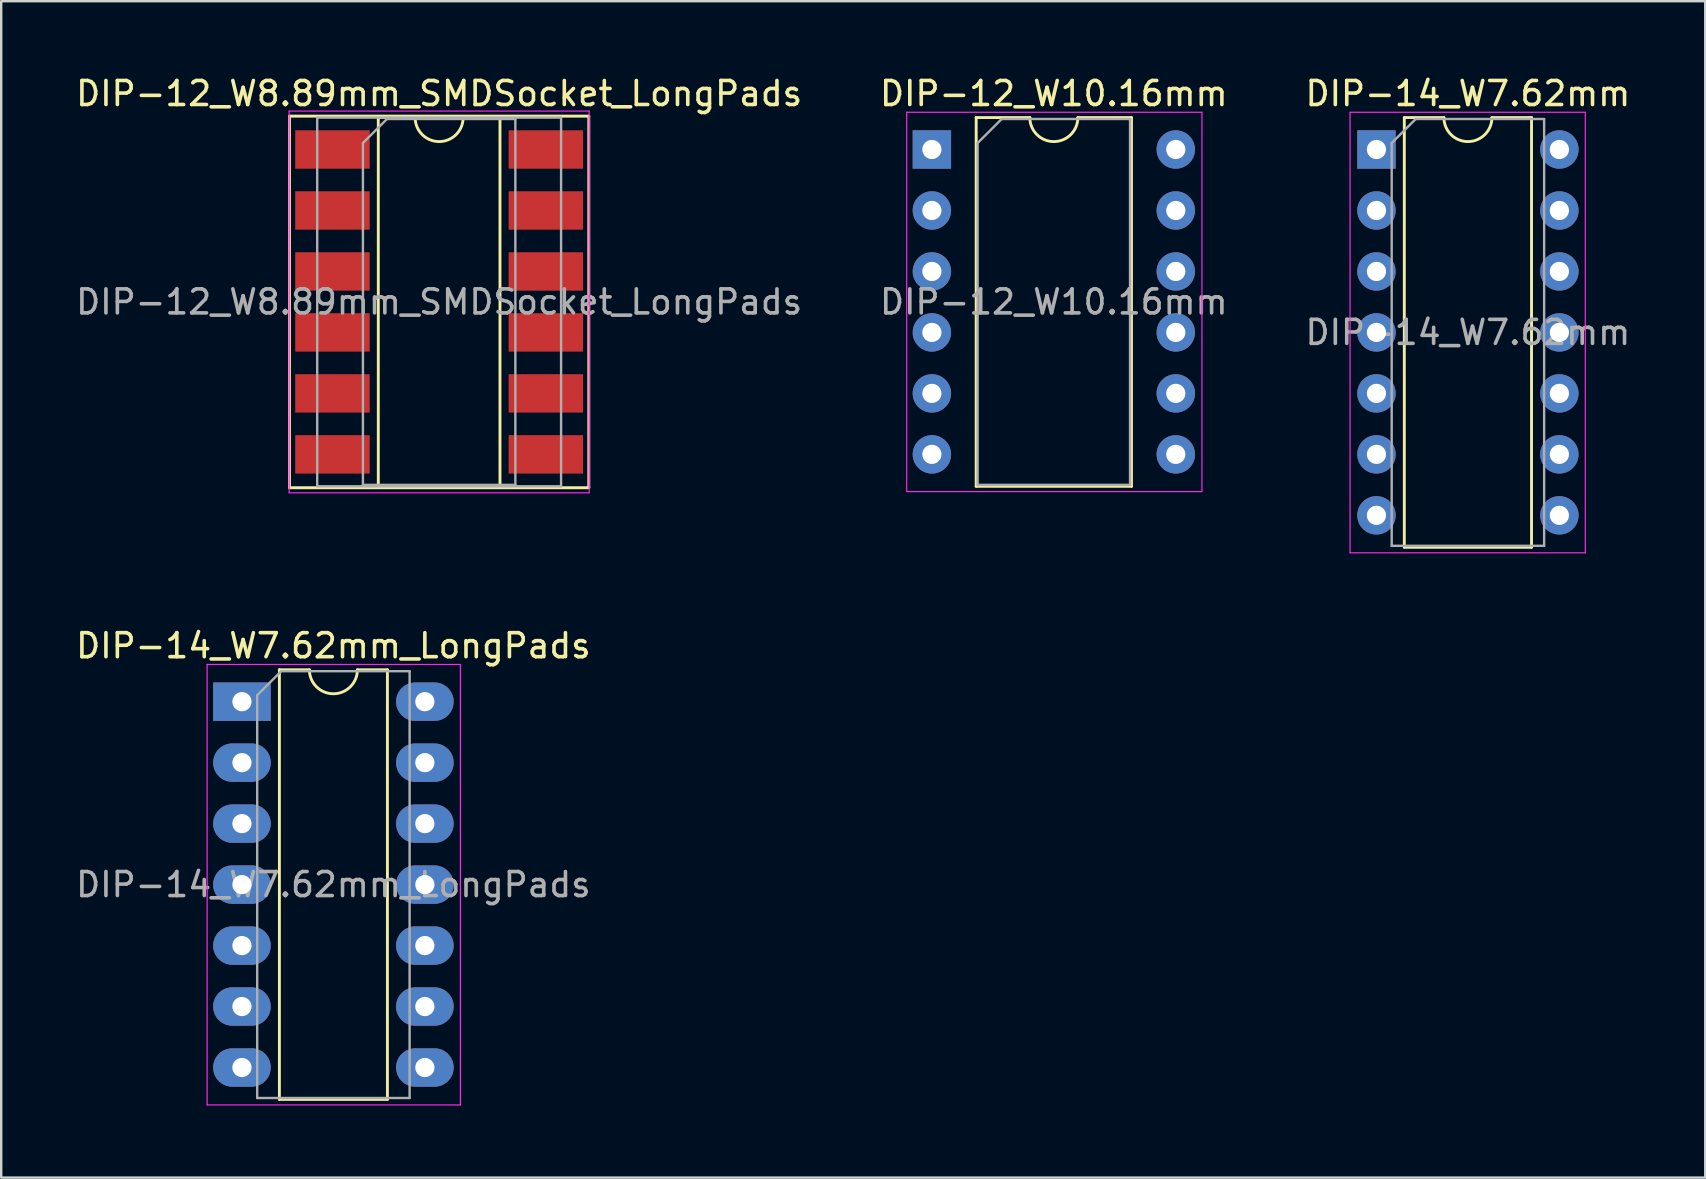
<source format=kicad_pcb>
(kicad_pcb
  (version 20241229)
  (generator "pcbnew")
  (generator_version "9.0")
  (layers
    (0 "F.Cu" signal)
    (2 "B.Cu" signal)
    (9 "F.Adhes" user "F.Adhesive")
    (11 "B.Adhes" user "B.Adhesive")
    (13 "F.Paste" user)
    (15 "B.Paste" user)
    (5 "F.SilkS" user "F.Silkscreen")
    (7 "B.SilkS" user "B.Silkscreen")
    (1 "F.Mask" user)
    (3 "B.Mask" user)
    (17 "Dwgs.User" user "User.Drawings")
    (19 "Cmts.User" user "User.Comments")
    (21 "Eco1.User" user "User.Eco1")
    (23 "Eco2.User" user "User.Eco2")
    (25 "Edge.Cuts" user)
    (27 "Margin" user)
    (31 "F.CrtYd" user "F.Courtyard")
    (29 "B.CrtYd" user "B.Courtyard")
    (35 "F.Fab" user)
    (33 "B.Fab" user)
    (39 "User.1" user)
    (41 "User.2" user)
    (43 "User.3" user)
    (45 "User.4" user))
  (footprint "DIP-14_W7.62mm"
    (layer "F.Cu")
    (at 54.291 3.178)
    (property "Reference" "DIP-14_W7.62mm" (at 3.81 -2.33 0) (layer "F.SilkS") (effects (font (size 1 1) (thickness 0.15))))
    (attr through_hole)
    (fp_line (start 1.16 -1.33) (end 1.16 16.57) (stroke (width 0.12) (type solid)) (layer "F.SilkS"))
    (fp_line (start 1.16 16.57) (end 6.46 16.57) (stroke (width 0.12) (type solid)) (layer "F.SilkS"))
    (fp_line (start 2.81 -1.33) (end 1.16 -1.33) (stroke (width 0.12) (type solid)) (layer "F.SilkS"))
    (fp_line (start 6.46 -1.33) (end 4.81 -1.33) (stroke (width 0.12) (type solid)) (layer "F.SilkS"))
    (fp_line (start 6.46 16.57) (end 6.46 -1.33) (stroke (width 0.12) (type solid)) (layer "F.SilkS"))
    (fp_arc (start 4.81 -1.33) (mid 3.81 -0.33) (end 2.81 -1.33) (stroke (width 0.12) (type solid)) (layer "F.SilkS"))
    (fp_line (start -1.1 -1.55) (end -1.1 16.8) (stroke (width 0.05) (type solid)) (layer "F.CrtYd"))
    (fp_line (start -1.1 16.8) (end 8.7 16.8) (stroke (width 0.05) (type solid)) (layer "F.CrtYd"))
    (fp_line (start 8.7 -1.55) (end -1.1 -1.55) (stroke (width 0.05) (type solid)) (layer "F.CrtYd"))
    (fp_line (start 8.7 16.8) (end 8.7 -1.55) (stroke (width 0.05) (type solid)) (layer "F.CrtYd"))
    (fp_line (start 0.635 -0.27) (end 1.635 -1.27) (stroke (width 0.1) (type solid)) (layer "F.Fab"))
    (fp_line (start 0.635 16.51) (end 0.635 -0.27) (stroke (width 0.1) (type solid)) (layer "F.Fab"))
    (fp_line (start 1.635 -1.27) (end 6.985 -1.27) (stroke (width 0.1) (type solid)) (layer "F.Fab"))
    (fp_line (start 6.985 -1.27) (end 6.985 16.51) (stroke (width 0.1) (type solid)) (layer "F.Fab"))
    (fp_line (start 6.985 16.51) (end 0.635 16.51) (stroke (width 0.1) (type solid)) (layer "F.Fab"))
    (fp_text user "${REFERENCE}" (at 3.81 7.62 0) (layer "F.Fab") (effects (font (size 1 1) (thickness 0.15))))
    (pad "1" thru_hole rect (at 0 0) (size 1.6 1.6) (drill 0.8) (layers "*.Cu" "*.Mask"))
    (pad "2" thru_hole oval (at 0 2.54) (size 1.6 1.6) (drill 0.8) (layers "*.Cu" "*.Mask"))
    (pad "3" thru_hole oval (at 0 5.08) (size 1.6 1.6) (drill 0.8) (layers "*.Cu" "*.Mask"))
    (pad "4" thru_hole oval (at 0 7.62) (size 1.6 1.6) (drill 0.8) (layers "*.Cu" "*.Mask"))
    (pad "5" thru_hole oval (at 0 10.16) (size 1.6 1.6) (drill 0.8) (layers "*.Cu" "*.Mask"))
    (pad "6" thru_hole oval (at 0 12.7) (size 1.6 1.6) (drill 0.8) (layers "*.Cu" "*.Mask"))
    (pad "7" thru_hole oval (at 0 15.24) (size 1.6 1.6) (drill 0.8) (layers "*.Cu" "*.Mask"))
    (pad "8" thru_hole oval (at 7.62 15.24) (size 1.6 1.6) (drill 0.8) (layers "*.Cu" "*.Mask"))
    (pad "9" thru_hole oval (at 7.62 12.7) (size 1.6 1.6) (drill 0.8) (layers "*.Cu" "*.Mask"))
    (pad "10" thru_hole oval (at 7.62 10.16) (size 1.6 1.6) (drill 0.8) (layers "*.Cu" "*.Mask"))
    (pad "11" thru_hole oval (at 7.62 7.62) (size 1.6 1.6) (drill 0.8) (layers "*.Cu" "*.Mask"))
    (pad "12" thru_hole oval (at 7.62 5.08) (size 1.6 1.6) (drill 0.8) (layers "*.Cu" "*.Mask"))
    (pad "13" thru_hole oval (at 7.62 2.54) (size 1.6 1.6) (drill 0.8) (layers "*.Cu" "*.Mask"))
    (pad "14" thru_hole oval (at 7.62 0) (size 1.6 1.6) (drill 0.8) (layers "*.Cu" "*.Mask")))
  (footprint "DIP-12_W10.16mm"
    (layer "F.Cu")
    (at 35.771 3.178)
    (property "Reference" "DIP-12_W10.16mm" (at 5.08 -2.33 0) (layer "F.SilkS") (effects (font (size 1 1) (thickness 0.15))))
    (attr through_hole)
    (fp_line (start 1.845 -1.33) (end 1.845 14.03) (stroke (width 0.12) (type solid)) (layer "F.SilkS"))
    (fp_line (start 1.845 14.03) (end 8.315 14.03) (stroke (width 0.12) (type solid)) (layer "F.SilkS"))
    (fp_line (start 4.08 -1.33) (end 1.845 -1.33) (stroke (width 0.12) (type solid)) (layer "F.SilkS"))
    (fp_line (start 8.315 -1.33) (end 6.08 -1.33) (stroke (width 0.12) (type solid)) (layer "F.SilkS"))
    (fp_line (start 8.315 14.03) (end 8.315 -1.33) (stroke (width 0.12) (type solid)) (layer "F.SilkS"))
    (fp_arc (start 6.08 -1.33) (mid 5.08 -0.33) (end 4.08 -1.33) (stroke (width 0.12) (type solid)) (layer "F.SilkS"))
    (fp_line (start -1.05 -1.55) (end -1.05 14.25) (stroke (width 0.05) (type solid)) (layer "F.CrtYd"))
    (fp_line (start -1.05 14.25) (end 11.25 14.25) (stroke (width 0.05) (type solid)) (layer "F.CrtYd"))
    (fp_line (start 11.25 -1.55) (end -1.05 -1.55) (stroke (width 0.05) (type solid)) (layer "F.CrtYd"))
    (fp_line (start 11.25 14.25) (end 11.25 -1.55) (stroke (width 0.05) (type solid)) (layer "F.CrtYd"))
    (fp_line (start 1.905 -0.27) (end 2.905 -1.27) (stroke (width 0.1) (type solid)) (layer "F.Fab"))
    (fp_line (start 1.905 13.97) (end 1.905 -0.27) (stroke (width 0.1) (type solid)) (layer "F.Fab"))
    (fp_line (start 2.905 -1.27) (end 8.255 -1.27) (stroke (width 0.1) (type solid)) (layer "F.Fab"))
    (fp_line (start 8.255 -1.27) (end 8.255 13.97) (stroke (width 0.1) (type solid)) (layer "F.Fab"))
    (fp_line (start 8.255 13.97) (end 1.905 13.97) (stroke (width 0.1) (type solid)) (layer "F.Fab"))
    (fp_text user "${REFERENCE}" (at 5.08 6.35 0) (layer "F.Fab") (effects (font (size 1 1) (thickness 0.15))))
    (pad "1" thru_hole rect (at 0 0) (size 1.6 1.6) (drill 0.8) (layers "*.Cu" "*.Mask"))
    (pad "2" thru_hole oval (at 0 2.54) (size 1.6 1.6) (drill 0.8) (layers "*.Cu" "*.Mask"))
    (pad "3" thru_hole oval (at 0 5.08) (size 1.6 1.6) (drill 0.8) (layers "*.Cu" "*.Mask"))
    (pad "4" thru_hole oval (at 0 7.62) (size 1.6 1.6) (drill 0.8) (layers "*.Cu" "*.Mask"))
    (pad "5" thru_hole oval (at 0 10.16) (size 1.6 1.6) (drill 0.8) (layers "*.Cu" "*.Mask"))
    (pad "6" thru_hole oval (at 0 12.7) (size 1.6 1.6) (drill 0.8) (layers "*.Cu" "*.Mask"))
    (pad "7" thru_hole oval (at 10.16 12.7) (size 1.6 1.6) (drill 0.8) (layers "*.Cu" "*.Mask"))
    (pad "8" thru_hole oval (at 10.16 10.16) (size 1.6 1.6) (drill 0.8) (layers "*.Cu" "*.Mask"))
    (pad "9" thru_hole oval (at 10.16 7.62) (size 1.6 1.6) (drill 0.8) (layers "*.Cu" "*.Mask"))
    (pad "10" thru_hole oval (at 10.16 5.08) (size 1.6 1.6) (drill 0.8) (layers "*.Cu" "*.Mask"))
    (pad "11" thru_hole oval (at 10.16 2.54) (size 1.6 1.6) (drill 0.8) (layers "*.Cu" "*.Mask"))
    (pad "12" thru_hole oval (at 10.16 0) (size 1.6 1.6) (drill 0.8) (layers "*.Cu" "*.Mask")))
  (footprint "DIP-14_W7.62mm_LongPads"
    (layer "F.Cu")
    (at 7.029 26.181)
    (property "Reference" "DIP-14_W7.62mm_LongPads" (at 3.81 -2.33 0) (layer "F.SilkS") (effects (font (size 1 1) (thickness 0.15))))
    (attr through_hole)
    (fp_line (start 1.56 -1.33) (end 1.56 16.57) (stroke (width 0.12) (type solid)) (layer "F.SilkS"))
    (fp_line (start 1.56 16.57) (end 6.06 16.57) (stroke (width 0.12) (type solid)) (layer "F.SilkS"))
    (fp_line (start 2.81 -1.33) (end 1.56 -1.33) (stroke (width 0.12) (type solid)) (layer "F.SilkS"))
    (fp_line (start 6.06 -1.33) (end 4.81 -1.33) (stroke (width 0.12) (type solid)) (layer "F.SilkS"))
    (fp_line (start 6.06 16.57) (end 6.06 -1.33) (stroke (width 0.12) (type solid)) (layer "F.SilkS"))
    (fp_arc (start 4.81 -1.33) (mid 3.81 -0.33) (end 2.81 -1.33) (stroke (width 0.12) (type solid)) (layer "F.SilkS"))
    (fp_line (start -1.45 -1.55) (end -1.45 16.8) (stroke (width 0.05) (type solid)) (layer "F.CrtYd"))
    (fp_line (start -1.45 16.8) (end 9.1 16.8) (stroke (width 0.05) (type solid)) (layer "F.CrtYd"))
    (fp_line (start 9.1 -1.55) (end -1.45 -1.55) (stroke (width 0.05) (type solid)) (layer "F.CrtYd"))
    (fp_line (start 9.1 16.8) (end 9.1 -1.55) (stroke (width 0.05) (type solid)) (layer "F.CrtYd"))
    (fp_line (start 0.635 -0.27) (end 1.635 -1.27) (stroke (width 0.1) (type solid)) (layer "F.Fab"))
    (fp_line (start 0.635 16.51) (end 0.635 -0.27) (stroke (width 0.1) (type solid)) (layer "F.Fab"))
    (fp_line (start 1.635 -1.27) (end 6.985 -1.27) (stroke (width 0.1) (type solid)) (layer "F.Fab"))
    (fp_line (start 6.985 -1.27) (end 6.985 16.51) (stroke (width 0.1) (type solid)) (layer "F.Fab"))
    (fp_line (start 6.985 16.51) (end 0.635 16.51) (stroke (width 0.1) (type solid)) (layer "F.Fab"))
    (fp_text user "${REFERENCE}" (at 3.81 7.62 0) (layer "F.Fab") (effects (font (size 1 1) (thickness 0.15))))
    (pad "1" thru_hole rect (at 0 0) (size 2.4 1.6) (drill 0.8) (layers "*.Cu" "*.Mask"))
    (pad "2" thru_hole oval (at 0 2.54) (size 2.4 1.6) (drill 0.8) (layers "*.Cu" "*.Mask"))
    (pad "3" thru_hole oval (at 0 5.08) (size 2.4 1.6) (drill 0.8) (layers "*.Cu" "*.Mask"))
    (pad "4" thru_hole oval (at 0 7.62) (size 2.4 1.6) (drill 0.8) (layers "*.Cu" "*.Mask"))
    (pad "5" thru_hole oval (at 0 10.16) (size 2.4 1.6) (drill 0.8) (layers "*.Cu" "*.Mask"))
    (pad "6" thru_hole oval (at 0 12.7) (size 2.4 1.6) (drill 0.8) (layers "*.Cu" "*.Mask"))
    (pad "7" thru_hole oval (at 0 15.24) (size 2.4 1.6) (drill 0.8) (layers "*.Cu" "*.Mask"))
    (pad "8" thru_hole oval (at 7.62 15.24) (size 2.4 1.6) (drill 0.8) (layers "*.Cu" "*.Mask"))
    (pad "9" thru_hole oval (at 7.62 12.7) (size 2.4 1.6) (drill 0.8) (layers "*.Cu" "*.Mask"))
    (pad "10" thru_hole oval (at 7.62 10.16) (size 2.4 1.6) (drill 0.8) (layers "*.Cu" "*.Mask"))
    (pad "11" thru_hole oval (at 7.62 7.62) (size 2.4 1.6) (drill 0.8) (layers "*.Cu" "*.Mask"))
    (pad "12" thru_hole oval (at 7.62 5.08) (size 2.4 1.6) (drill 0.8) (layers "*.Cu" "*.Mask"))
    (pad "13" thru_hole oval (at 7.62 2.54) (size 2.4 1.6) (drill 0.8) (layers "*.Cu" "*.Mask"))
    (pad "14" thru_hole oval (at 7.62 0) (size 2.4 1.6) (drill 0.8) (layers "*.Cu" "*.Mask")))
  (footprint "DIP-12_W8.89mm_SMDSocket_LongPads"
    (layer "F.Cu")
    (at 15.244 9.528)
    (property "Reference" "DIP-12_W8.89mm_SMDSocket_LongPads" (at 0 -8.68 0) (layer "F.SilkS") (effects (font (size 1 1) (thickness 0.15))))
    (attr smd)
    (fp_line (start -6.235 -7.74) (end -6.235 7.74) (stroke (width 0.12) (type solid)) (layer "F.SilkS"))
    (fp_line (start -6.235 7.74) (end 6.235 7.74) (stroke (width 0.12) (type solid)) (layer "F.SilkS"))
    (fp_line (start -2.535 -7.68) (end -2.535 7.68) (stroke (width 0.12) (type solid)) (layer "F.SilkS"))
    (fp_line (start -2.535 7.68) (end 2.535 7.68) (stroke (width 0.12) (type solid)) (layer "F.SilkS"))
    (fp_line (start -1 -7.68) (end -2.535 -7.68) (stroke (width 0.12) (type solid)) (layer "F.SilkS"))
    (fp_line (start 2.535 -7.68) (end 1 -7.68) (stroke (width 0.12) (type solid)) (layer "F.SilkS"))
    (fp_line (start 2.535 7.68) (end 2.535 -7.68) (stroke (width 0.12) (type solid)) (layer "F.SilkS"))
    (fp_line (start 6.235 -7.74) (end -6.235 -7.74) (stroke (width 0.12) (type solid)) (layer "F.SilkS"))
    (fp_line (start 6.235 7.74) (end 6.235 -7.74) (stroke (width 0.12) (type solid)) (layer "F.SilkS"))
    (fp_arc (start 1 -7.68) (mid 0 -6.68) (end -1 -7.68) (stroke (width 0.12) (type solid)) (layer "F.SilkS"))
    (fp_line (start -6.25 -7.95) (end -6.25 7.95) (stroke (width 0.05) (type solid)) (layer "F.CrtYd"))
    (fp_line (start -6.25 7.95) (end 6.25 7.95) (stroke (width 0.05) (type solid)) (layer "F.CrtYd"))
    (fp_line (start 6.25 -7.95) (end -6.25 -7.95) (stroke (width 0.05) (type solid)) (layer "F.CrtYd"))
    (fp_line (start 6.25 7.95) (end 6.25 -7.95) (stroke (width 0.05) (type solid)) (layer "F.CrtYd"))
    (fp_line (start -5.08 -7.68) (end -5.08 7.68) (stroke (width 0.1) (type solid)) (layer "F.Fab"))
    (fp_line (start -5.08 7.68) (end 5.08 7.68) (stroke (width 0.1) (type solid)) (layer "F.Fab"))
    (fp_line (start -3.175 -6.62) (end -2.175 -7.62) (stroke (width 0.1) (type solid)) (layer "F.Fab"))
    (fp_line (start -3.175 7.62) (end -3.175 -6.62) (stroke (width 0.1) (type solid)) (layer "F.Fab"))
    (fp_line (start -2.175 -7.62) (end 3.175 -7.62) (stroke (width 0.1) (type solid)) (layer "F.Fab"))
    (fp_line (start 3.175 -7.62) (end 3.175 7.62) (stroke (width 0.1) (type solid)) (layer "F.Fab"))
    (fp_line (start 3.175 7.62) (end -3.175 7.62) (stroke (width 0.1) (type solid)) (layer "F.Fab"))
    (fp_line (start 5.08 -7.68) (end -5.08 -7.68) (stroke (width 0.1) (type solid)) (layer "F.Fab"))
    (fp_line (start 5.08 7.68) (end 5.08 -7.68) (stroke (width 0.1) (type solid)) (layer "F.Fab"))
    (fp_text user "${REFERENCE}" (at 0 0 0) (layer "F.Fab") (effects (font (size 1 1) (thickness 0.15))))
    (pad "1" smd rect (at -4.445 -6.35) (size 3.1 1.6) (layers "F.Cu" "F.Mask" "F.Paste"))
    (pad "2" smd rect (at -4.445 -3.81) (size 3.1 1.6) (layers "F.Cu" "F.Mask" "F.Paste"))
    (pad "3" smd rect (at -4.445 -1.27) (size 3.1 1.6) (layers "F.Cu" "F.Mask" "F.Paste"))
    (pad "4" smd rect (at -4.445 1.27) (size 3.1 1.6) (layers "F.Cu" "F.Mask" "F.Paste"))
    (pad "5" smd rect (at -4.445 3.81) (size 3.1 1.6) (layers "F.Cu" "F.Mask" "F.Paste"))
    (pad "6" smd rect (at -4.445 6.35) (size 3.1 1.6) (layers "F.Cu" "F.Mask" "F.Paste"))
    (pad "7" smd rect (at 4.445 6.35) (size 3.1 1.6) (layers "F.Cu" "F.Mask" "F.Paste"))
    (pad "8" smd rect (at 4.445 3.81) (size 3.1 1.6) (layers "F.Cu" "F.Mask" "F.Paste"))
    (pad "9" smd rect (at 4.445 1.27) (size 3.1 1.6) (layers "F.Cu" "F.Mask" "F.Paste"))
    (pad "10" smd rect (at 4.445 -1.27) (size 3.1 1.6) (layers "F.Cu" "F.Mask" "F.Paste"))
    (pad "11" smd rect (at 4.445 -3.81) (size 3.1 1.6) (layers "F.Cu" "F.Mask" "F.Paste"))
    (pad "12" smd rect (at 4.445 -6.35) (size 3.1 1.6) (layers "F.Cu" "F.Mask" "F.Paste")))
  (gr_rect
    (start -3 -3)
    (end 67.988 46.007)
    (stroke (width 0.1) (type default))
    (fill no)
    (layer "Edge.Cuts")))
</source>
